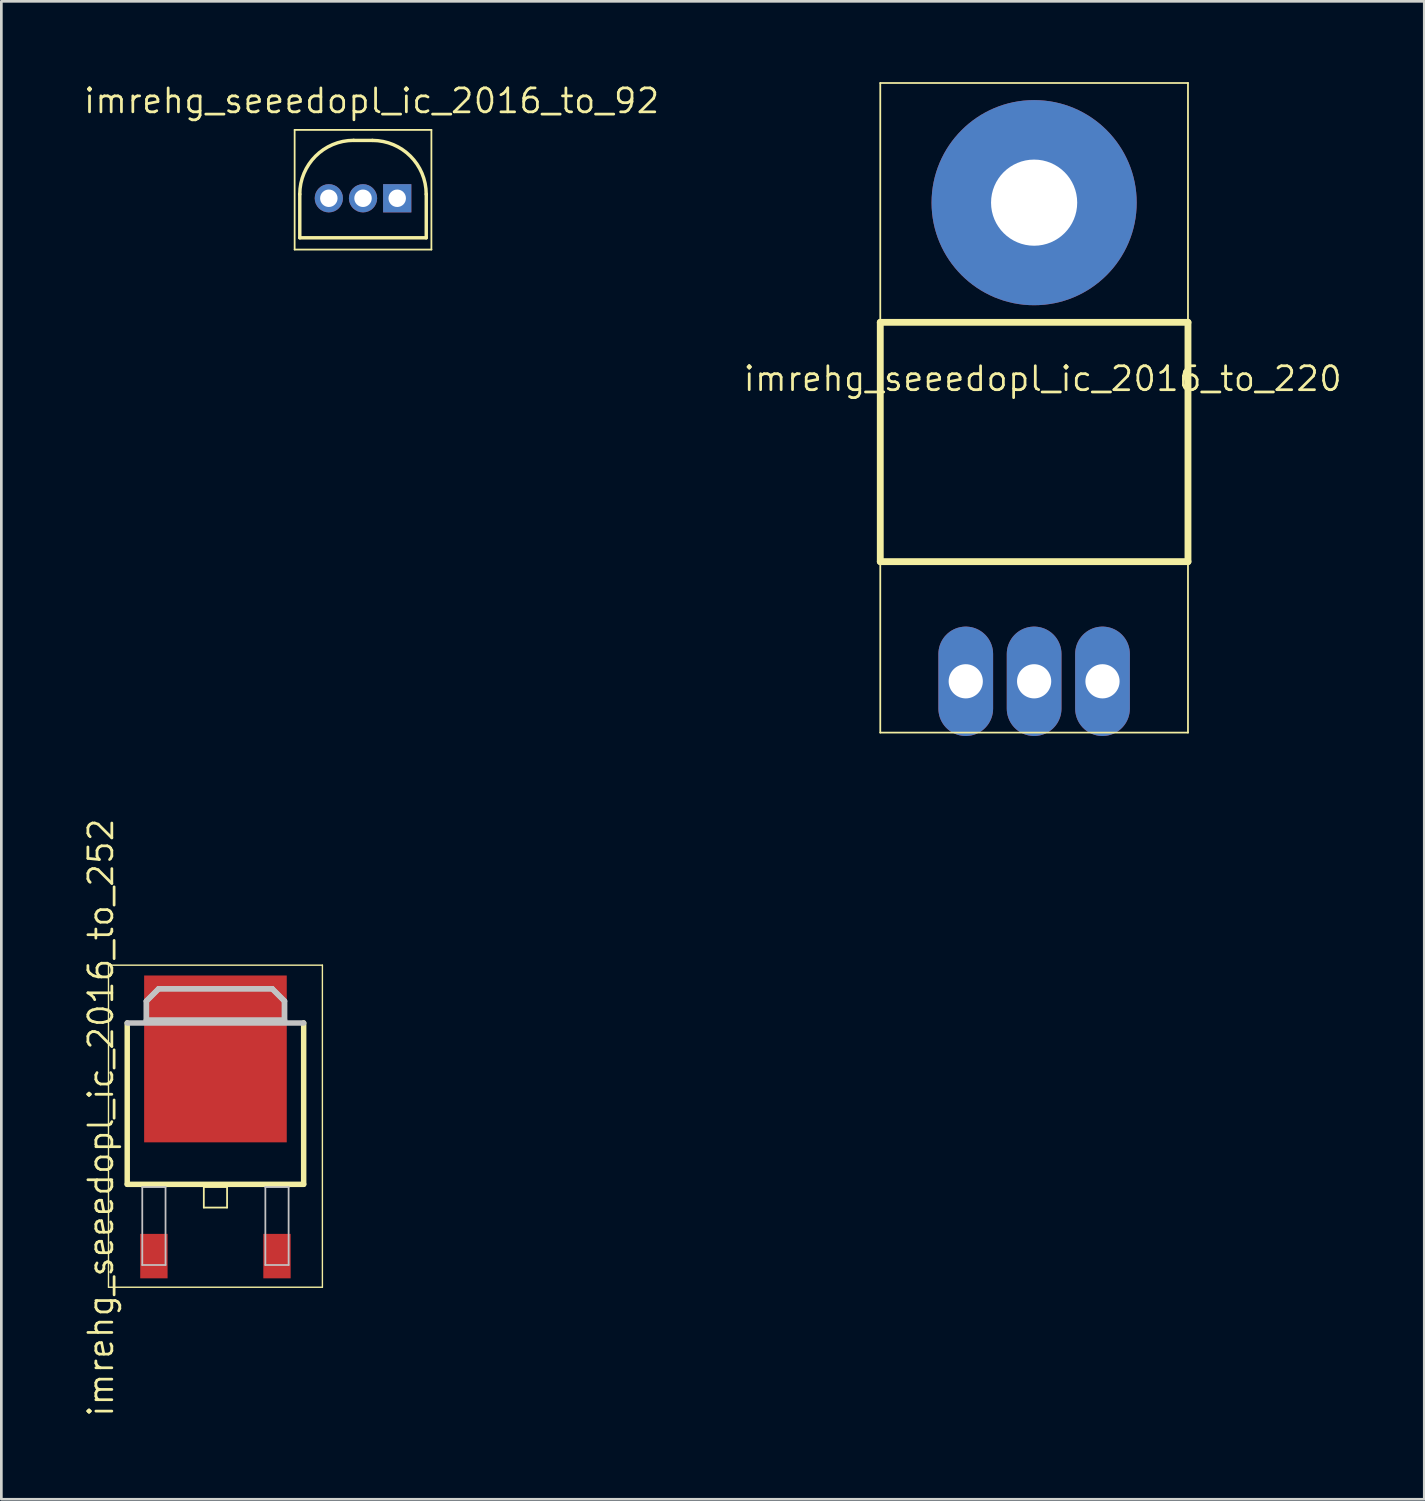
<source format=kicad_pcb>
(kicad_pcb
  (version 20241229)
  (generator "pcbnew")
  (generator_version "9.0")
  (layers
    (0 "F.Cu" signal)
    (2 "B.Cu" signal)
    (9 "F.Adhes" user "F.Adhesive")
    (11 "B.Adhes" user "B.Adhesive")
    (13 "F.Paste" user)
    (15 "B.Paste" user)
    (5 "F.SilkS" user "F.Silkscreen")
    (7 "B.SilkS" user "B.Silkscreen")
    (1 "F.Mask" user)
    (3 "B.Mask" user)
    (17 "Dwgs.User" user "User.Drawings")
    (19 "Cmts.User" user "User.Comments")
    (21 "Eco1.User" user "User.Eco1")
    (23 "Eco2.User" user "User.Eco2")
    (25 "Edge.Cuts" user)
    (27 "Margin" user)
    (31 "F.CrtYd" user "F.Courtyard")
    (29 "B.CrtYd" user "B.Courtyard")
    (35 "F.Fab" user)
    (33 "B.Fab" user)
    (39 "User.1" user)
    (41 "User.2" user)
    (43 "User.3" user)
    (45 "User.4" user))
  (footprint "imrehg_seeedopl_ic_2016_to_220"
    (layer "F.Cu")
    (at 35.364 10.828)
    (property "Reference" "imrehg_seeedopl_ic_2016_to_220" (at 0.318 0.191 0) (layer "F.SilkS") (effects (font (size 0.889 0.889) (thickness 0.102))))
    (attr exclude_from_pos_files exclude_from_bom)
    (fp_line (start -5.715 -10.795) (end 5.715 -10.795) (stroke (width 0.066) (type solid)) (layer "F.SilkS"))
    (fp_line (start -5.715 -1.905) (end 5.715 -1.905) (stroke (width 0.254) (type solid)) (layer "F.SilkS"))
    (fp_line (start -5.715 6.985) (end -5.715 -1.905) (stroke (width 0.254) (type solid)) (layer "F.SilkS"))
    (fp_line (start -5.715 13.335) (end -5.715 -10.795) (stroke (width 0.066) (type solid)) (layer "F.SilkS"))
    (fp_line (start -5.715 13.335) (end 5.715 13.335) (stroke (width 0.066) (type solid)) (layer "F.SilkS"))
    (fp_line (start 5.715 -1.905) (end 5.715 6.985) (stroke (width 0.254) (type solid)) (layer "F.SilkS"))
    (fp_line (start 5.715 6.985) (end -5.715 6.985) (stroke (width 0.254) (type solid)) (layer "F.SilkS"))
    (fp_line (start 5.715 13.335) (end 5.715 -10.795) (stroke (width 0.066) (type solid)) (layer "F.SilkS"))
    (pad "1" thru_hole oval (at -2.54 11.43 180) (size 2.032 4.064) (drill 1.27) (layers "*.Cu" "*.Paste" "*.Mask"))
    (pad "2" thru_hole oval (at 0 11.43 180) (size 2.032 4.064) (drill 1.27) (layers "*.Cu" "*.Paste" "*.Mask"))
    (pad "3" thru_hole oval (at 2.54 11.43 180) (size 2.032 4.064) (drill 1.27) (layers "*.Cu" "*.Paste" "*.Mask"))
    (pad "HEAT" thru_hole circle (at 0 -6.35 180) (size 7.62 7.62) (drill 3.2) (layers "*.Cu" "*.Paste" "*.Mask")))
  (footprint "imrehg_seeedopl_ic_2016_to_252"
    (layer "F.Cu")
    (at 4.953 38.784)
    (property "Reference" "imrehg_seeedopl_ic_2016_to_252" (at -4.255 -0.318 90) (layer "F.SilkS") (effects (font (size 0.889 0.889) (thickness 0.102))))
    (attr smd)
    (fp_line (start -3.973 -5.982) (end 3.973 -5.982) (stroke (width 0.051) (type solid)) (layer "F.SilkS"))
    (fp_line (start -3.973 5.982) (end -3.973 -5.982) (stroke (width 0.051) (type solid)) (layer "F.SilkS"))
    (fp_line (start -3.277 2.159) (end -3.277 -3.835) (stroke (width 0.203) (type solid)) (layer "F.SilkS"))
    (fp_line (start -0.432 2.261) (end 0.432 2.261) (stroke (width 0.066) (type solid)) (layer "F.SilkS"))
    (fp_line (start -0.432 3.023) (end -0.432 2.261) (stroke (width 0.066) (type solid)) (layer "F.SilkS"))
    (fp_line (start -0.432 3.023) (end 0.432 3.023) (stroke (width 0.066) (type solid)) (layer "F.SilkS"))
    (fp_line (start 0.432 3.023) (end 0.432 2.261) (stroke (width 0.066) (type solid)) (layer "F.SilkS"))
    (fp_line (start 3.277 -3.835) (end 3.277 2.159) (stroke (width 0.203) (type solid)) (layer "F.SilkS"))
    (fp_line (start 3.277 2.159) (end -3.277 2.159) (stroke (width 0.203) (type solid)) (layer "F.SilkS"))
    (fp_line (start 3.973 -5.982) (end 3.973 5.982) (stroke (width 0.051) (type solid)) (layer "F.SilkS"))
    (fp_line (start 3.973 5.982) (end -3.973 5.982) (stroke (width 0.051) (type solid)) (layer "F.SilkS"))
    (fp_line (start -3.277 -3.833) (end 3.277 -3.833) (stroke (width 0.203) (type solid)) (layer "Dwgs.User"))
    (fp_line (start -2.718 2.261) (end -1.854 2.261) (stroke (width 0.066) (type solid)) (layer "Dwgs.User"))
    (fp_line (start -2.718 5.156) (end -2.718 2.261) (stroke (width 0.066) (type solid)) (layer "Dwgs.User"))
    (fp_line (start -2.718 5.156) (end -1.854 5.156) (stroke (width 0.066) (type solid)) (layer "Dwgs.User"))
    (fp_line (start -2.565 -4.648) (end -2.108 -5.105) (stroke (width 0.198) (type solid)) (layer "Dwgs.User"))
    (fp_line (start -2.565 -4.648) (end -2.108 -5.105) (stroke (width 0.203) (type solid)) (layer "Dwgs.User"))
    (fp_line (start -2.565 -3.937) (end -2.565 -4.648) (stroke (width 0.198) (type solid)) (layer "Dwgs.User"))
    (fp_line (start -2.565 -3.937) (end -2.565 -4.648) (stroke (width 0.203) (type solid)) (layer "Dwgs.User"))
    (fp_line (start -2.108 -5.105) (end 2.108 -5.105) (stroke (width 0.198) (type solid)) (layer "Dwgs.User"))
    (fp_line (start -2.108 -5.105) (end 2.108 -5.105) (stroke (width 0.203) (type solid)) (layer "Dwgs.User"))
    (fp_line (start -1.854 5.156) (end -1.854 2.261) (stroke (width 0.066) (type solid)) (layer "Dwgs.User"))
    (fp_line (start 1.854 2.261) (end 2.718 2.261) (stroke (width 0.066) (type solid)) (layer "Dwgs.User"))
    (fp_line (start 1.854 5.156) (end 1.854 2.261) (stroke (width 0.066) (type solid)) (layer "Dwgs.User"))
    (fp_line (start 1.854 5.156) (end 2.718 5.156) (stroke (width 0.066) (type solid)) (layer "Dwgs.User"))
    (fp_line (start 2.108 -5.105) (end 2.565 -4.648) (stroke (width 0.198) (type solid)) (layer "Dwgs.User"))
    (fp_line (start 2.108 -5.105) (end 2.565 -4.648) (stroke (width 0.203) (type solid)) (layer "Dwgs.User"))
    (fp_line (start 2.565 -4.648) (end 2.565 -3.937) (stroke (width 0.198) (type solid)) (layer "Dwgs.User"))
    (fp_line (start 2.565 -4.648) (end 2.565 -3.937) (stroke (width 0.203) (type solid)) (layer "Dwgs.User"))
    (fp_line (start 2.565 -3.937) (end -2.565 -3.937) (stroke (width 0.198) (type solid)) (layer "Dwgs.User"))
    (fp_line (start 2.565 -3.937) (end -2.565 -3.937) (stroke (width 0.203) (type solid)) (layer "Dwgs.User"))
    (fp_line (start 2.718 5.156) (end 2.718 2.261) (stroke (width 0.066) (type solid)) (layer "Dwgs.User"))
    (pad "1" smd rect (at -2.286 4.826) (size 1.016 1.651) (layers "F.Cu" "F.Mask" "F.Paste"))
    (pad "2" smd rect (at 0 -2.499) (size 5.298 6.198) (layers "F.Cu" "F.Mask" "F.Paste"))
    (pad "3" smd rect (at 2.286 4.826) (size 1.016 1.651) (layers "F.Cu" "F.Mask" "F.Paste")))
  (footprint "imrehg_seeedopl_ic_2016_to_92"
    (layer "F.Cu")
    (at 10.435 4.315)
    (property "Reference" "imrehg_seeedopl_ic_2016_to_92" (at 0.318 -3.617 0) (layer "F.SilkS") (effects (font (size 0.889 0.889) (thickness 0.102))))
    (attr exclude_from_pos_files exclude_from_bom)
    (fp_line (start -2.54 -2.54) (end 2.54 -2.54) (stroke (width 0.066) (type solid)) (layer "F.SilkS"))
    (fp_line (start -2.54 1.905) (end -2.54 -2.54) (stroke (width 0.066) (type solid)) (layer "F.SilkS"))
    (fp_line (start -2.54 1.905) (end 2.54 1.905) (stroke (width 0.066) (type solid)) (layer "F.SilkS"))
    (fp_line (start -2.349 -0.15) (end -2.349 1.468) (stroke (width 0.127) (type solid)) (layer "F.SilkS"))
    (fp_line (start -2.349 1.468) (end 2.349 1.468) (stroke (width 0.127) (type solid)) (layer "F.SilkS"))
    (fp_line (start 0.348 -2.149) (end -0.348 -2.149) (stroke (width 0.127) (type solid)) (layer "F.SilkS"))
    (fp_line (start 2.349 1.468) (end 2.349 -0.15) (stroke (width 0.127) (type solid)) (layer "F.SilkS"))
    (fp_line (start 2.54 1.905) (end 2.54 -2.54) (stroke (width 0.066) (type solid)) (layer "F.SilkS"))
    (fp_arc (start -2.3495 -0.14986) (mid -1.763268 -1.565148) (end -0.34798 -2.15138) (stroke (width 0.127) (type solid)) (layer "F.SilkS"))
    (fp_arc (start 0.34798 -2.14884) (mid 1.761472 -1.563352) (end 2.34696 -0.14986) (stroke (width 0.127) (type solid)) (layer "F.SilkS"))
    (pad "1" thru_hole rect (at 1.27 0) (size 1.049 1.049) (drill 0.648) (layers "*.Cu" "*.Paste" "*.Mask"))
    (pad "2" thru_hole circle (at 0 0) (size 1.049 1.049) (drill 0.648) (layers "*.Cu" "*.Paste" "*.Mask"))
    (pad "3" thru_hole circle (at -1.27 0) (size 1.049 1.049) (drill 0.648) (layers "*.Cu" "*.Paste" "*.Mask")))
  (gr_rect
    (start -3 -3)
    (end 49.857 52.642)
    (stroke (width 0.1) (type default))
    (fill no)
    (layer "Edge.Cuts")))
</source>
